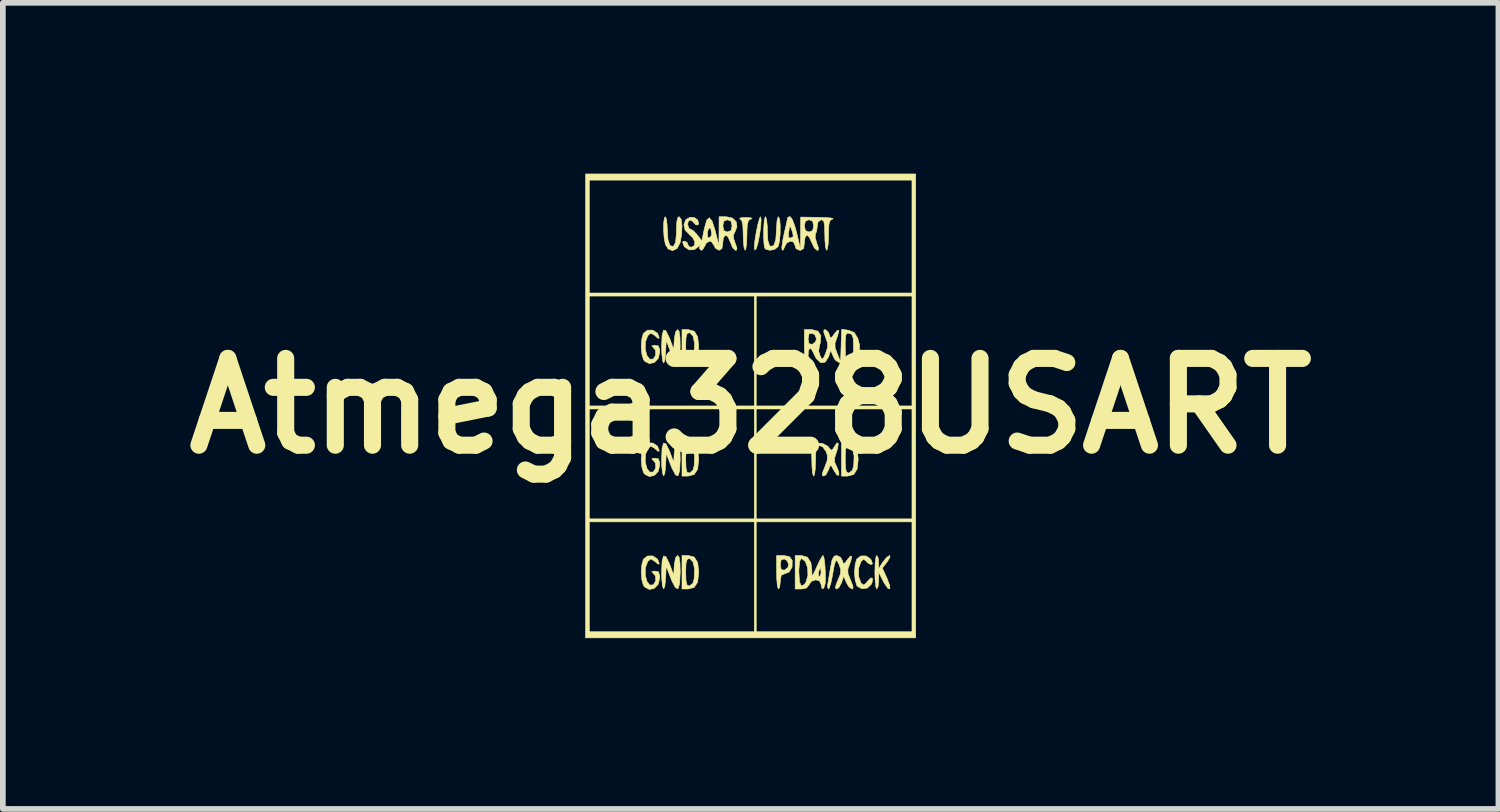
<source format=kicad_pcb>
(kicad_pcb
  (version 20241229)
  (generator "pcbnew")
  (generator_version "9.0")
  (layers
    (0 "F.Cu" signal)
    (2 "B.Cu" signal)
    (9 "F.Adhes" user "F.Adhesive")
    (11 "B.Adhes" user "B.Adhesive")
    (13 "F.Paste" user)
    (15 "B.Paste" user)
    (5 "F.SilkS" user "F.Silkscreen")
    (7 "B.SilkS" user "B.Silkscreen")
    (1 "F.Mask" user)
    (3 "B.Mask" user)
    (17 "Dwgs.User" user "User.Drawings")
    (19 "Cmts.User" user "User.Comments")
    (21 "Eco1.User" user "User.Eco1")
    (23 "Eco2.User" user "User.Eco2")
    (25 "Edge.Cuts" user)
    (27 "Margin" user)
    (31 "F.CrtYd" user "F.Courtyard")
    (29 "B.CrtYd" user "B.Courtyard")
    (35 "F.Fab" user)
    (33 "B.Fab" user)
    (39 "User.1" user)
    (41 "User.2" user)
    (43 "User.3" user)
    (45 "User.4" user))
  (footprint "Atmega328USART"
    (layer "F.Cu")
    (at 10.131 4.078)
    (property "Reference" "Atmega328USART" (at 0 0 0) (layer "F.SilkS") (effects (font (size 1.524 1.524) (thickness 0.3))))
    (attr through_hole)
    (fp_poly (pts (xy 0.184 -3.277) (xy 0.178 -3.159) (xy 0.156 -3) (xy 0.127 -2.853) (xy 0.096 -2.756) (xy 0.072 -2.737) (xy 0.065 -2.786) (xy 0.074 -2.895) (xy 0.097 -3.04) (xy 0.126 -3.183) (xy 0.155 -3.289) (xy 0.172 -3.322) (xy 0.184 -3.277)) (stroke (width 0.01) (type solid)) (fill yes) (layer "F.SilkS"))
    (fp_poly (pts (xy -0.004 -3.304) (xy 0.024 -3.294) (xy 0.008 -3.285) (xy -0.036 -3.257) (xy -0.058 -3.191) (xy -0.065 -3.058) (xy -0.065 -2.997) (xy -0.071 -2.846) (xy -0.086 -2.75) (xy -0.098 -2.733) (xy -0.116 -2.781) (xy -0.128 -2.904) (xy -0.13 -2.997) (xy -0.136 -3.166) (xy -0.155 -3.254) (xy -0.187 -3.285) (xy -0.191 -3.299) (xy -0.142 -3.307) (xy -0.081 -3.309) (xy -0.004 -3.304)) (stroke (width 0.01) (type solid)) (fill yes) (layer "F.SilkS"))
    (fp_poly (pts (xy -1.256 -1.31) (xy -1.241 -1.208) (xy -1.237 -1.045) (xy -1.246 -0.85) (xy -1.273 -0.758) (xy -1.317 -0.769) (xy -1.379 -0.884) (xy -1.406 -0.951) (xy -1.482 -1.152) (xy -1.492 -0.951) (xy -1.506 -0.803) (xy -1.526 -0.753) (xy -1.546 -0.794) (xy -1.56 -0.919) (xy -1.563 -1.045) (xy -1.555 -1.24) (xy -1.529 -1.331) (xy -1.488 -1.319) (xy -1.43 -1.203) (xy -1.415 -1.166) (xy -1.351 -0.991) (xy -1.341 -1.166) (xy -1.32 -1.296) (xy -1.284 -1.34) (xy -1.256 -1.31)) (stroke (width 0.01) (type solid)) (fill yes) (layer "F.SilkS"))
    (fp_poly (pts (xy -1.256 0.673) (xy -1.241 0.775) (xy -1.237 0.938) (xy -1.246 1.133) (xy -1.273 1.225) (xy -1.317 1.214) (xy -1.379 1.099) (xy -1.406 1.032) (xy -1.482 0.831) (xy -1.492 1.032) (xy -1.506 1.18) (xy -1.526 1.229) (xy -1.546 1.188) (xy -1.56 1.064) (xy -1.563 0.938) (xy -1.555 0.743) (xy -1.529 0.652) (xy -1.488 0.664) (xy -1.43 0.78) (xy -1.415 0.817) (xy -1.351 0.991) (xy -1.341 0.817) (xy -1.32 0.687) (xy -1.284 0.643) (xy -1.256 0.673)) (stroke (width 0.01) (type solid)) (fill yes) (layer "F.SilkS"))
    (fp_poly (pts (xy -1.256 2.656) (xy -1.241 2.758) (xy -1.237 2.92) (xy -1.246 3.116) (xy -1.273 3.207) (xy -1.317 3.196) (xy -1.379 3.082) (xy -1.406 3.014) (xy -1.482 2.813) (xy -1.492 3.014) (xy -1.506 3.162) (xy -1.526 3.212) (xy -1.546 3.171) (xy -1.56 3.047) (xy -1.563 2.92) (xy -1.555 2.726) (xy -1.529 2.635) (xy -1.488 2.647) (xy -1.43 2.763) (xy -1.415 2.8) (xy -1.351 2.974) (xy -1.341 2.8) (xy -1.32 2.67) (xy -1.284 2.626) (xy -1.256 2.656)) (stroke (width 0.01) (type solid)) (fill yes) (layer "F.SilkS"))
    (fp_poly (pts (xy -1.219 -3.276) (xy -1.205 -3.159) (xy -1.214 -3) (xy -1.237 -2.87) (xy -1.29 -2.766) (xy -1.369 -2.727) (xy -1.448 -2.756) (xy -1.497 -2.837) (xy -1.519 -2.952) (xy -1.529 -3.094) (xy -1.526 -3.226) (xy -1.51 -3.31) (xy -1.498 -3.322) (xy -1.477 -3.275) (xy -1.466 -3.158) (xy -1.465 -3.121) (xy -1.452 -2.923) (xy -1.416 -2.814) (xy -1.358 -2.802) (xy -1.355 -2.804) (xy -1.319 -2.868) (xy -1.304 -3.011) (xy -1.303 -3.08) (xy -1.296 -3.239) (xy -1.275 -3.312) (xy -1.254 -3.322) (xy -1.219 -3.276)) (stroke (width 0.01) (type solid)) (fill yes) (layer "F.SilkS"))
    (fp_poly (pts (xy -0.989 -1.31) (xy -0.93 -1.214) (xy -0.912 -1.045) (xy -0.93 -0.873) (xy -0.991 -0.779) (xy -1.097 -0.75) (xy -1.205 -0.75) (xy -1.205 -1.045) (xy -1.14 -1.045) (xy -1.135 -0.894) (xy -1.118 -0.823) (xy -1.079 -0.804) (xy -1.075 -0.804) (xy -1.014 -0.852) (xy -0.991 -0.934) (xy -0.984 -1.101) (xy -1.012 -1.228) (xy -1.068 -1.285) (xy -1.077 -1.286) (xy -1.116 -1.269) (xy -1.135 -1.2) (xy -1.14 -1.053) (xy -1.14 -1.045) (xy -1.205 -1.045) (xy -1.205 -1.34) (xy -1.097 -1.34) (xy -0.989 -1.31)) (stroke (width 0.01) (type solid)) (fill yes) (layer "F.SilkS"))
    (fp_poly (pts (xy -0.989 0.672) (xy -0.93 0.768) (xy -0.912 0.938) (xy -0.93 1.11) (xy -0.991 1.204) (xy -1.097 1.232) (xy -1.205 1.232) (xy -1.205 0.938) (xy -1.14 0.938) (xy -1.135 1.089) (xy -1.118 1.16) (xy -1.079 1.179) (xy -1.075 1.179) (xy -1.014 1.131) (xy -0.991 1.049) (xy -0.984 0.881) (xy -1.012 0.755) (xy -1.068 0.697) (xy -1.077 0.697) (xy -1.116 0.714) (xy -1.135 0.783) (xy -1.14 0.93) (xy -1.14 0.938) (xy -1.205 0.938) (xy -1.205 0.643) (xy -1.097 0.643) (xy -0.989 0.672)) (stroke (width 0.01) (type solid)) (fill yes) (layer "F.SilkS"))
    (fp_poly (pts (xy -0.989 2.655) (xy -0.93 2.751) (xy -0.912 2.92) (xy -0.93 3.092) (xy -0.991 3.187) (xy -1.097 3.215) (xy -1.205 3.215) (xy -1.205 2.92) (xy -1.14 2.92) (xy -1.135 3.071) (xy -1.118 3.143) (xy -1.079 3.162) (xy -1.075 3.162) (xy -1.014 3.114) (xy -0.991 3.032) (xy -0.984 2.864) (xy -1.012 2.738) (xy -1.068 2.68) (xy -1.077 2.679) (xy -1.116 2.696) (xy -1.135 2.765) (xy -1.14 2.913) (xy -1.14 2.92) (xy -1.205 2.92) (xy -1.205 2.626) (xy -1.097 2.626) (xy -0.989 2.655)) (stroke (width 0.01) (type solid)) (fill yes) (layer "F.SilkS"))
    (fp_poly (pts (xy 1.811 0.672) (xy 1.871 0.768) (xy 1.889 0.938) (xy 1.87 1.11) (xy 1.81 1.204) (xy 1.703 1.232) (xy 1.596 1.232) (xy 1.596 0.938) (xy 1.661 0.938) (xy 1.665 1.089) (xy 1.683 1.16) (xy 1.721 1.179) (xy 1.725 1.179) (xy 1.786 1.131) (xy 1.81 1.049) (xy 1.817 0.881) (xy 1.789 0.755) (xy 1.733 0.697) (xy 1.724 0.697) (xy 1.684 0.714) (xy 1.666 0.783) (xy 1.661 0.93) (xy 1.661 0.938) (xy 1.596 0.938) (xy 1.596 0.643) (xy 1.703 0.643) (xy 1.811 0.672)) (stroke (width 0.01) (type solid)) (fill yes) (layer "F.SilkS"))
    (fp_poly (pts (xy 2.448 2.653) (xy 2.41 2.72) (xy 2.398 2.737) (xy 2.312 2.848) (xy 2.397 3.031) (xy 2.443 3.154) (xy 2.444 3.213) (xy 2.41 3.202) (xy 2.35 3.118) (xy 2.323 3.068) (xy 2.249 2.92) (xy 2.248 3.068) (xy 2.237 3.175) (xy 2.214 3.215) (xy 2.197 3.167) (xy 2.185 3.042) (xy 2.182 2.92) (xy 2.187 2.759) (xy 2.201 2.652) (xy 2.214 2.626) (xy 2.24 2.671) (xy 2.247 2.742) (xy 2.247 2.859) (xy 2.322 2.742) (xy 2.388 2.66) (xy 2.441 2.626) (xy 2.441 2.626) (xy 2.448 2.653)) (stroke (width 0.01) (type solid)) (fill yes) (layer "F.SilkS"))
    (fp_poly (pts (xy 0.51 -3.276) (xy 0.52 -3.163) (xy 0.518 -3.02) (xy 0.506 -2.886) (xy 0.483 -2.8) (xy 0.482 -2.797) (xy 0.422 -2.75) (xy 0.34 -2.733) (xy 0.268 -2.75) (xy 0.25 -2.769) (xy 0.235 -2.842) (xy 0.228 -2.972) (xy 0.23 -3.12) (xy 0.239 -3.248) (xy 0.255 -3.318) (xy 0.261 -3.322) (xy 0.28 -3.274) (xy 0.292 -3.153) (xy 0.293 -3.08) (xy 0.302 -2.906) (xy 0.331 -2.817) (xy 0.345 -2.804) (xy 0.404 -2.811) (xy 0.441 -2.915) (xy 0.455 -3.108) (xy 0.455 -3.121) (xy 0.463 -3.251) (xy 0.483 -3.319) (xy 0.488 -3.322) (xy 0.51 -3.276)) (stroke (width 0.01) (type solid)) (fill yes) (layer "F.SilkS"))
    (fp_poly (pts (xy 0.683 2.647) (xy 0.729 2.711) (xy 0.73 2.713) (xy 0.728 2.829) (xy 0.677 2.916) (xy 0.598 2.947) (xy 0.539 2.971) (xy 0.521 3.062) (xy 0.521 3.081) (xy 0.51 3.182) (xy 0.488 3.215) (xy 0.471 3.167) (xy 0.459 3.042) (xy 0.456 2.92) (xy 0.456 2.786) (xy 0.521 2.786) (xy 0.536 2.872) (xy 0.591 2.885) (xy 0.594 2.884) (xy 0.652 2.84) (xy 0.668 2.786) (xy 0.64 2.717) (xy 0.594 2.689) (xy 0.537 2.699) (xy 0.521 2.782) (xy 0.521 2.786) (xy 0.456 2.786) (xy 0.456 2.626) (xy 0.583 2.626) (xy 0.683 2.647)) (stroke (width 0.01) (type solid)) (fill yes) (layer "F.SilkS"))
    (fp_poly (pts (xy 2.103 2.685) (xy 2.117 2.706) (xy 2.14 2.77) (xy 2.113 2.786) (xy 2.111 2.786) (xy 2.048 2.751) (xy 2.027 2.724) (xy 1.982 2.691) (xy 1.939 2.731) (xy 1.896 2.85) (xy 1.896 2.995) (xy 1.938 3.109) (xy 1.985 3.146) (xy 2.036 3.104) (xy 2.052 3.08) (xy 2.11 3.02) (xy 2.142 3.029) (xy 2.134 3.096) (xy 2.117 3.134) (xy 2.049 3.198) (xy 1.957 3.211) (xy 1.877 3.17) (xy 1.863 3.151) (xy 1.835 3.054) (xy 1.824 2.92) (xy 1.836 2.782) (xy 1.863 2.69) (xy 1.934 2.635) (xy 2.026 2.634) (xy 2.103 2.685)) (stroke (width 0.01) (type solid)) (fill yes) (layer "F.SilkS"))
    (fp_poly (pts (xy -1.641 -1.28) (xy -1.628 -1.259) (xy -1.604 -1.192) (xy -1.628 -1.188) (xy -1.691 -1.243) (xy -1.754 -1.279) (xy -1.805 -1.236) (xy -1.847 -1.128) (xy -1.851 -1.001) (xy -1.823 -0.888) (xy -1.771 -0.82) (xy -1.71 -0.823) (xy -1.666 -0.892) (xy -1.671 -0.98) (xy -1.718 -1.035) (xy -1.736 -1.054) (xy -1.692 -1.065) (xy -1.685 -1.066) (xy -1.619 -1.053) (xy -1.597 -0.986) (xy -1.596 -0.943) (xy -1.623 -0.833) (xy -1.691 -0.763) (xy -1.777 -0.743) (xy -1.858 -0.783) (xy -1.882 -0.815) (xy -1.91 -0.911) (xy -1.921 -1.045) (xy -1.909 -1.184) (xy -1.882 -1.275) (xy -1.81 -1.33) (xy -1.719 -1.331) (xy -1.641 -1.28)) (stroke (width 0.01) (type solid)) (fill yes) (layer "F.SilkS"))
    (fp_poly (pts (xy -1.641 0.702) (xy -1.628 0.723) (xy -1.604 0.791) (xy -1.628 0.795) (xy -1.691 0.74) (xy -1.754 0.704) (xy -1.805 0.747) (xy -1.847 0.855) (xy -1.851 0.981) (xy -1.823 1.095) (xy -1.771 1.163) (xy -1.71 1.16) (xy -1.666 1.091) (xy -1.671 1.003) (xy -1.718 0.948) (xy -1.736 0.929) (xy -1.692 0.918) (xy -1.685 0.917) (xy -1.619 0.929) (xy -1.597 0.997) (xy -1.596 1.039) (xy -1.623 1.15) (xy -1.691 1.22) (xy -1.777 1.24) (xy -1.858 1.2) (xy -1.882 1.168) (xy -1.91 1.071) (xy -1.921 0.938) (xy -1.909 0.799) (xy -1.882 0.707) (xy -1.81 0.652) (xy -1.719 0.651) (xy -1.641 0.702)) (stroke (width 0.01) (type solid)) (fill yes) (layer "F.SilkS"))
    (fp_poly (pts (xy -1.641 2.685) (xy -1.628 2.706) (xy -1.604 2.774) (xy -1.628 2.777) (xy -1.691 2.723) (xy -1.754 2.687) (xy -1.805 2.729) (xy -1.847 2.837) (xy -1.851 2.964) (xy -1.823 3.078) (xy -1.771 3.146) (xy -1.71 3.142) (xy -1.666 3.073) (xy -1.671 2.986) (xy -1.718 2.931) (xy -1.736 2.912) (xy -1.692 2.9) (xy -1.685 2.9) (xy -1.619 2.912) (xy -1.597 2.98) (xy -1.596 3.022) (xy -1.623 3.132) (xy -1.691 3.203) (xy -1.777 3.223) (xy -1.858 3.182) (xy -1.882 3.151) (xy -1.91 3.054) (xy -1.921 2.92) (xy -1.909 2.782) (xy -1.882 2.69) (xy -1.81 2.635) (xy -1.719 2.634) (xy -1.641 2.685)) (stroke (width 0.01) (type solid)) (fill yes) (layer "F.SilkS"))
    (fp_poly (pts (xy 1.58 2.659) (xy 1.609 2.713) (xy 1.629 2.772) (xy 1.66 2.754) (xy 1.688 2.713) (xy 1.751 2.637) (xy 1.776 2.641) (xy 1.759 2.723) (xy 1.743 2.766) (xy 1.708 2.866) (xy 1.709 2.942) (xy 1.749 3.044) (xy 1.756 3.061) (xy 1.797 3.165) (xy 1.796 3.21) (xy 1.778 3.215) (xy 1.724 3.175) (xy 1.682 3.103) (xy 1.634 2.99) (xy 1.597 3.103) (xy 1.55 3.191) (xy 1.512 3.215) (xy 1.487 3.197) (xy 1.503 3.132) (xy 1.533 3.059) (xy 1.578 2.948) (xy 1.583 2.872) (xy 1.554 2.787) (xy 1.52 2.72) (xy 1.494 2.718) (xy 1.469 2.796) (xy 1.439 2.964) (xy 1.435 2.987) (xy 1.406 3.125) (xy 1.377 3.206) (xy 1.367 3.215) (xy 1.348 3.176) (xy 1.351 3.148) (xy 1.367 3.057) (xy 1.391 2.91) (xy 1.4 2.853) (xy 1.429 2.707) (xy 1.465 2.64) (xy 1.512 2.626) (xy 1.58 2.659)) (stroke (width 0.01) (type solid)) (fill yes) (layer "F.SilkS"))
    (fp_poly (pts (xy 1.54 0.66) (xy 1.527 0.747) (xy 1.51 0.802) (xy 1.474 0.914) (xy 1.474 0.985) (xy 1.51 1.064) (xy 1.513 1.07) (xy 1.549 1.162) (xy 1.549 1.219) (xy 1.514 1.212) (xy 1.465 1.137) (xy 1.464 1.137) (xy 1.42 1.054) (xy 1.395 1.052) (xy 1.368 1.123) (xy 1.321 1.21) (xy 1.283 1.232) (xy 1.256 1.217) (xy 1.268 1.157) (xy 1.302 1.074) (xy 1.345 0.956) (xy 1.348 0.871) (xy 1.328 0.806) (xy 1.267 0.72) (xy 1.213 0.697) (xy 1.17 0.707) (xy 1.148 0.758) (xy 1.14 0.875) (xy 1.14 0.965) (xy 1.134 1.117) (xy 1.119 1.214) (xy 1.107 1.232) (xy 1.088 1.184) (xy 1.077 1.061) (xy 1.075 0.968) (xy 1.071 0.807) (xy 1.055 0.724) (xy 1.018 0.687) (xy 1.001 0.681) (xy 0.991 0.668) (xy 1.036 0.657) (xy 1.121 0.65) (xy 1.264 0.66) (xy 1.352 0.705) (xy 1.369 0.725) (xy 1.415 0.779) (xy 1.45 0.752) (xy 1.465 0.725) (xy 1.516 0.648) (xy 1.54 0.66)) (stroke (width 0.01) (type solid)) (fill yes) (layer "F.SilkS"))
    (fp_poly (pts (xy 2.898 4.073) (xy -2.898 4.073) (xy -2.898 2.036) (xy -2.833 2.036) (xy -2.833 3.965) (xy 0.065 3.965) (xy 0.065 2.036) (xy 0.098 2.036) (xy 0.098 3.965) (xy 2.833 3.965) (xy 2.833 2.036) (xy 0.098 2.036) (xy 0.065 2.036) (xy -2.833 2.036) (xy -2.898 2.036) (xy -2.898 0.054) (xy -2.833 0.054) (xy -2.833 1.983) (xy 0.065 1.983) (xy 0.065 0.054) (xy 0.098 0.054) (xy 0.098 1.983) (xy 2.833 1.983) (xy 2.833 0.054) (xy 0.098 0.054) (xy 0.065 0.054) (xy -2.833 0.054) (xy -2.898 0.054) (xy -2.898 -1.929) (xy -2.833 -1.929) (xy -2.833 0) (xy 0.065 0) (xy 0.065 -1.929) (xy 0.098 -1.929) (xy 0.098 0) (xy 2.833 0) (xy 2.833 -1.929) (xy 0.098 -1.929) (xy 0.065 -1.929) (xy -2.833 -1.929) (xy -2.898 -1.929) (xy -2.898 -3.965) (xy -2.833 -3.965) (xy -2.833 -1.983) (xy 2.833 -1.983) (xy 2.833 -3.965) (xy -2.833 -3.965) (xy -2.898 -3.965) (xy -2.898 -4.073) (xy 2.898 -4.073) (xy 2.898 4.073)) (stroke (width 0.01) (type solid)) (fill yes) (layer "F.SilkS"))
    (fp_poly (pts (xy 0.999 2.657) (xy 1.059 2.754) (xy 1.075 2.89) (xy 1.077 2.967) (xy 1.092 2.973) (xy 1.127 2.903) (xy 1.161 2.826) (xy 1.218 2.706) (xy 1.261 2.635) (xy 1.272 2.626) (xy 1.289 2.673) (xy 1.304 2.789) (xy 1.312 2.935) (xy 1.312 3.073) (xy 1.309 3.123) (xy 1.283 3.202) (xy 1.252 3.205) (xy 1.237 3.135) (xy 1.208 3.071) (xy 1.143 3.054) (xy 1.067 3.08) (xy 1.03 3.135) (xy 0.983 3.196) (xy 0.897 3.215) (xy 0.782 3.215) (xy 0.782 2.92) (xy 0.847 2.92) (xy 0.858 3.091) (xy 0.891 3.163) (xy 0.945 3.134) (xy 0.97 3.097) (xy 1.003 2.989) (xy 1.192 2.989) (xy 1.206 3.001) (xy 1.234 2.957) (xy 1.237 2.92) (xy 1.23 2.849) (xy 1.225 2.84) (xy 1.204 2.882) (xy 1.193 2.92) (xy 1.192 2.989) (xy 1.003 2.989) (xy 1.006 2.979) (xy 1.001 2.844) (xy 0.961 2.731) (xy 0.895 2.68) (xy 0.889 2.679) (xy 0.859 2.729) (xy 0.847 2.879) (xy 0.847 2.92) (xy 0.782 2.92) (xy 0.782 2.626) (xy 0.889 2.626) (xy 0.999 2.657)) (stroke (width 0.01) (type solid)) (fill yes) (layer "F.SilkS"))
    (fp_poly (pts (xy 0.731 -3.276) (xy 0.776 -3.158) (xy 0.808 -3.041) (xy 0.875 -2.76) (xy 0.878 -3.162) (xy 0.944 -3.162) (xy 0.963 -3.078) (xy 1.026 -3.054) (xy 1.09 -3.08) (xy 1.107 -3.162) (xy 1.088 -3.246) (xy 1.026 -3.269) (xy 0.962 -3.244) (xy 0.944 -3.162) (xy 0.878 -3.162) (xy 0.879 -3.316) (xy 1.197 -3.311) (xy 1.322 -3.307) (xy 1.409 -3.3) (xy 1.448 -3.291) (xy 1.441 -3.284) (xy 1.397 -3.257) (xy 1.375 -3.192) (xy 1.368 -3.059) (xy 1.368 -2.997) (xy 1.362 -2.846) (xy 1.347 -2.75) (xy 1.335 -2.733) (xy 1.317 -2.781) (xy 1.305 -2.904) (xy 1.303 -3.001) (xy 1.299 -3.162) (xy 1.285 -3.242) (xy 1.252 -3.268) (xy 1.237 -3.269) (xy 1.183 -3.231) (xy 1.172 -3.165) (xy 1.158 -3.062) (xy 1.14 -3.028) (xy 1.132 -2.963) (xy 1.16 -2.864) (xy 1.192 -2.771) (xy 1.185 -2.736) (xy 1.165 -2.733) (xy 1.117 -2.776) (xy 1.075 -2.867) (xy 1.029 -2.965) (xy 0.988 -3.001) (xy 0.955 -2.955) (xy 0.944 -2.867) (xy 0.931 -2.765) (xy 0.878 -2.733) (xy 0.863 -2.733) (xy 0.797 -2.761) (xy 0.782 -2.813) (xy 0.753 -2.878) (xy 0.704 -2.894) (xy 0.636 -2.864) (xy 0.607 -2.813) (xy 0.573 -2.742) (xy 0.555 -2.733) (xy 0.547 -2.778) (xy 0.562 -2.896) (xy 0.586 -3.014) (xy 0.59 -3.032) (xy 0.664 -3.032) (xy 0.667 -2.96) (xy 0.697 -2.947) (xy 0.742 -2.968) (xy 0.748 -2.987) (xy 0.736 -3.049) (xy 0.711 -3.12) (xy 0.689 -3.16) (xy 0.684 -3.153) (xy 0.673 -3.076) (xy 0.664 -3.032) (xy 0.59 -3.032) (xy 0.622 -3.17) (xy 0.645 -3.278) (xy 0.651 -3.309) (xy 0.678 -3.321) (xy 0.696 -3.322) (xy 0.731 -3.276)) (stroke (width 0.01) (type solid)) (fill yes) (layer "F.SilkS"))
    (fp_poly (pts (xy 1.718 -1.329) (xy 1.817 -1.29) (xy 1.878 -1.192) (xy 1.886 -1.172) (xy 1.915 -1.06) (xy 1.906 -0.968) (xy 1.878 -0.89) (xy 1.833 -0.803) (xy 1.774 -0.762) (xy 1.678 -0.75) (xy 1.662 -0.75) (xy 1.553 -0.762) (xy 1.488 -0.804) (xy 1.454 -0.863) (xy 1.406 -0.975) (xy 1.369 -0.863) (xy 1.309 -0.768) (xy 1.23 -0.758) (xy 1.153 -0.831) (xy 1.126 -0.884) (xy 1.079 -0.98) (xy 1.041 -1.018) (xy 1.017 -0.972) (xy 1.009 -0.884) (xy 0.998 -0.783) (xy 0.977 -0.75) (xy 0.959 -0.799) (xy 0.947 -0.924) (xy 0.944 -1.045) (xy 0.944 -1.179) (xy 1.009 -1.179) (xy 1.024 -1.093) (xy 1.08 -1.081) (xy 1.083 -1.081) (xy 1.14 -1.125) (xy 1.156 -1.179) (xy 1.128 -1.248) (xy 1.083 -1.276) (xy 1.026 -1.266) (xy 1.01 -1.184) (xy 1.009 -1.179) (xy 0.944 -1.179) (xy 0.944 -1.34) (xy 1.076 -1.34) (xy 1.181 -1.312) (xy 1.232 -1.236) (xy 1.227 -1.118) (xy 1.212 -1.07) (xy 1.194 -0.963) (xy 1.219 -0.881) (xy 1.251 -0.822) (xy 1.279 -0.84) (xy 1.317 -0.925) (xy 1.352 -1.031) (xy 1.349 -1.112) (xy 1.317 -1.202) (xy 1.284 -1.298) (xy 1.288 -1.335) (xy 1.312 -1.34) (xy 1.364 -1.296) (xy 1.381 -1.252) (xy 1.401 -1.194) (xy 1.432 -1.212) (xy 1.46 -1.252) (xy 1.523 -1.329) (xy 1.549 -1.325) (xy 1.531 -1.244) (xy 1.516 -1.202) (xy 1.481 -1.099) (xy 1.484 -1.019) (xy 1.52 -0.921) (xy 1.579 -0.777) (xy 1.589 -1.045) (xy 1.661 -1.045) (xy 1.664 -0.894) (xy 1.678 -0.824) (xy 1.713 -0.81) (xy 1.734 -0.813) (xy 1.782 -0.842) (xy 1.803 -0.917) (xy 1.807 -1.045) (xy 1.802 -1.187) (xy 1.778 -1.254) (xy 1.734 -1.276) (xy 1.689 -1.277) (xy 1.668 -1.232) (xy 1.661 -1.118) (xy 1.661 -1.045) (xy 1.589 -1.045) (xy 1.589 -1.061) (xy 1.599 -1.346) (xy 1.718 -1.329)) (stroke (width 0.01) (type solid)) (fill yes) (layer "F.SilkS"))
    (fp_poly (pts (xy -0.32 -3.299) (xy -0.255 -3.236) (xy -0.24 -3.149) (xy -0.269 -3.071) (xy -0.303 -2.998) (xy -0.295 -2.925) (xy -0.271 -2.859) (xy -0.24 -2.769) (xy -0.248 -2.736) (xy -0.268 -2.733) (xy -0.315 -2.777) (xy -0.352 -2.867) (xy -0.396 -2.966) (xy -0.439 -3.001) (xy -0.479 -2.954) (xy -0.488 -2.867) (xy -0.504 -2.762) (xy -0.555 -2.733) (xy -0.617 -2.768) (xy -0.64 -2.813) (xy -0.684 -2.881) (xy -0.721 -2.894) (xy -0.782 -2.857) (xy -0.802 -2.813) (xy -0.844 -2.742) (xy -0.868 -2.733) (xy -0.899 -2.764) (xy -0.893 -2.8) (xy -0.883 -2.84) (xy -0.912 -2.803) (xy -0.914 -2.8) (xy -0.989 -2.743) (xy -1.082 -2.741) (xy -1.16 -2.793) (xy -1.172 -2.813) (xy -1.195 -2.877) (xy -1.165 -2.894) (xy -1.16 -2.894) (xy -1.114 -2.867) (xy -1.107 -2.84) (xy -1.08 -2.797) (xy -1.042 -2.786) (xy -0.988 -2.815) (xy -0.98 -2.881) (xy -1.017 -2.958) (xy -1.076 -3.01) (xy -1.151 -3.088) (xy -1.171 -3.184) (xy -1.139 -3.27) (xy -1.063 -3.313) (xy -0.985 -3.306) (xy -0.929 -3.265) (xy -0.913 -3.206) (xy -0.923 -3.179) (xy -0.961 -3.178) (xy -0.984 -3.205) (xy -1.043 -3.263) (xy -1.091 -3.25) (xy -1.107 -3.188) (xy -1.083 -3.117) (xy -1.063 -3.108) (xy -1.007 -3.077) (xy -0.937 -3.003) (xy -0.856 -2.898) (xy -0.825 -3.054) (xy -0.759 -3.054) (xy -0.756 -2.965) (xy -0.73 -2.947) (xy -0.689 -2.99) (xy -0.684 -3.024) (xy -0.7 -3.115) (xy -0.733 -3.124) (xy -0.759 -3.054) (xy -0.825 -3.054) (xy -0.813 -3.112) (xy -0.771 -3.262) (xy -0.725 -3.305) (xy -0.675 -3.241) (xy -0.62 -3.07) (xy -0.617 -3.054) (xy -0.557 -2.813) (xy -0.555 -3.068) (xy -0.555 -3.162) (xy -0.488 -3.162) (xy -0.469 -3.078) (xy -0.407 -3.054) (xy -0.343 -3.08) (xy -0.326 -3.162) (xy -0.345 -3.246) (xy -0.407 -3.269) (xy -0.471 -3.244) (xy -0.488 -3.162) (xy -0.555 -3.162) (xy -0.554 -3.322) (xy -0.427 -3.322) (xy -0.32 -3.299)) (stroke (width 0.01) (type solid)) (fill yes) (layer "F.SilkS")))
  (gr_rect
    (start -3 -3)
    (end 23.262 11.155)
    (stroke (width 0.1) (type default))
    (fill no)
    (layer "Edge.Cuts")))
</source>
